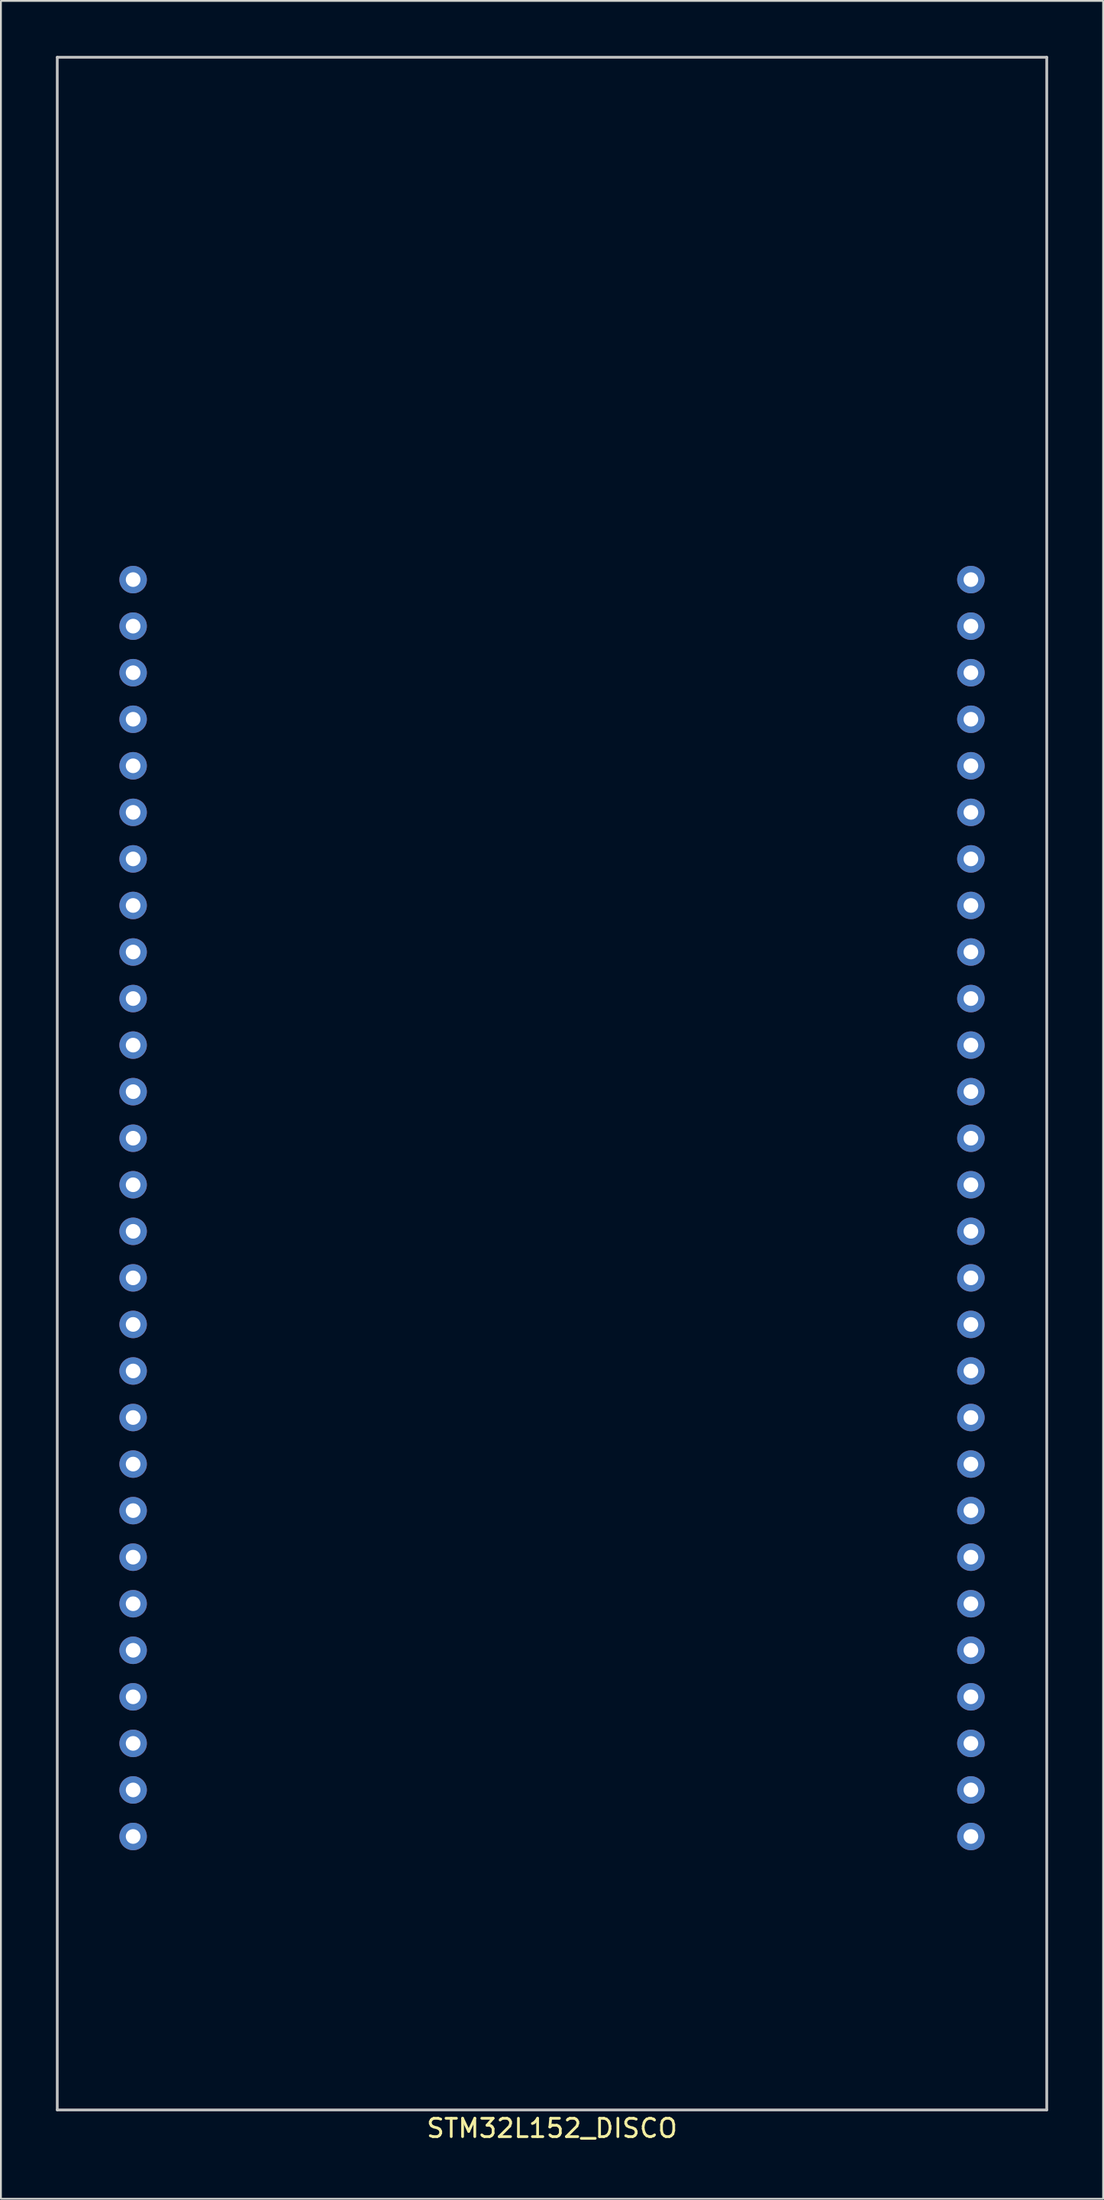
<source format=kicad_pcb>
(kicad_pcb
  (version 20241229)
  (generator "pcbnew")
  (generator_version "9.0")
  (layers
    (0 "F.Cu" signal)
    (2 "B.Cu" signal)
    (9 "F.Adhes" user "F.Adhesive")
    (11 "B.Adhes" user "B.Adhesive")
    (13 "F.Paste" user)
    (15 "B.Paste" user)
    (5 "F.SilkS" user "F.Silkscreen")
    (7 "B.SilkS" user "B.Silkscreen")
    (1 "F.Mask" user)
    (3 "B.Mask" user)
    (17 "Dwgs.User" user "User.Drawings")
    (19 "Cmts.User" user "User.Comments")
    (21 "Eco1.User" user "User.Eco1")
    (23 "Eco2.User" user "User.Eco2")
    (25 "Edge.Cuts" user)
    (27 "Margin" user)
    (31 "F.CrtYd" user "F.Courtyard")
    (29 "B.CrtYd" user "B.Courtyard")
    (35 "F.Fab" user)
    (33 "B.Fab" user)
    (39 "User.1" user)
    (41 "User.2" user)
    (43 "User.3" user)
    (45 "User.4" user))
  (footprint "STM32L152_DISCO"
    (layer "F.Cu")
    (at 27.075 56.075)
    (property "Reference" "STM32L152_DISCO" (at 0 57 0) (layer "F.SilkS") (effects (font (size 1 1) (thickness 0.15))))
    (attr through_hole)
    (fp_line (start -27 56) (end -27 -56) (stroke (width 0.15) (type solid)) (layer "Dwgs.User"))
    (fp_line (start 27 -56) (end -27 -56) (stroke (width 0.15) (type solid)) (layer "Dwgs.User"))
    (fp_line (start 27 56) (end -27 56) (stroke (width 0.15) (type solid)) (layer "Dwgs.User"))
    (fp_line (start 27 56) (end 27 -56) (stroke (width 0.15) (type solid)) (layer "Dwgs.User"))
    (pad "1A" thru_hole circle (at -22.86 -27.5) (size 1.5 1.5) (drill 0.8) (layers "*.Cu" "*.Mask"))
    (pad "1B" thru_hole circle (at 22.86 -27.5) (size 1.5 1.5) (drill 0.8) (layers "*.Cu" "*.Mask"))
    (pad "2A" thru_hole circle (at -22.86 -24.96) (size 1.5 1.5) (drill 0.8) (layers "*.Cu" "*.Mask"))
    (pad "2B" thru_hole circle (at 22.86 -24.96) (size 1.5 1.5) (drill 0.8) (layers "*.Cu" "*.Mask"))
    (pad "3A" thru_hole circle (at -22.86 -22.42) (size 1.5 1.5) (drill 0.8) (layers "*.Cu" "*.Mask"))
    (pad "3B" thru_hole circle (at 22.86 -22.42) (size 1.5 1.5) (drill 0.8) (layers "*.Cu" "*.Mask"))
    (pad "4A" thru_hole circle (at -22.86 -19.88) (size 1.5 1.5) (drill 0.8) (layers "*.Cu" "*.Mask"))
    (pad "4B" thru_hole circle (at 22.86 -19.88) (size 1.5 1.5) (drill 0.8) (layers "*.Cu" "*.Mask"))
    (pad "5A" thru_hole circle (at -22.86 -17.34) (size 1.5 1.5) (drill 0.8) (layers "*.Cu" "*.Mask"))
    (pad "5B" thru_hole circle (at 22.86 -17.34) (size 1.5 1.5) (drill 0.8) (layers "*.Cu" "*.Mask"))
    (pad "6A" thru_hole circle (at -22.86 -14.8) (size 1.5 1.5) (drill 0.8) (layers "*.Cu" "*.Mask"))
    (pad "6B" thru_hole circle (at 22.86 -14.8) (size 1.5 1.5) (drill 0.8) (layers "*.Cu" "*.Mask"))
    (pad "7A" thru_hole circle (at -22.86 -12.26) (size 1.5 1.5) (drill 0.8) (layers "*.Cu" "*.Mask"))
    (pad "7B" thru_hole circle (at 22.86 -12.26) (size 1.5 1.5) (drill 0.8) (layers "*.Cu" "*.Mask"))
    (pad "8A" thru_hole circle (at -22.86 -9.72) (size 1.5 1.5) (drill 0.8) (layers "*.Cu" "*.Mask"))
    (pad "8B" thru_hole circle (at 22.86 -9.72) (size 1.5 1.5) (drill 0.8) (layers "*.Cu" "*.Mask"))
    (pad "9A" thru_hole circle (at -22.86 -7.18) (size 1.5 1.5) (drill 0.8) (layers "*.Cu" "*.Mask"))
    (pad "9B" thru_hole circle (at 22.86 -7.18) (size 1.5 1.5) (drill 0.8) (layers "*.Cu" "*.Mask"))
    (pad "10A" thru_hole circle (at -22.86 -4.64) (size 1.5 1.5) (drill 0.8) (layers "*.Cu" "*.Mask"))
    (pad "10B" thru_hole circle (at 22.86 -4.64) (size 1.5 1.5) (drill 0.8) (layers "*.Cu" "*.Mask"))
    (pad "11A" thru_hole circle (at -22.86 -2.1) (size 1.5 1.5) (drill 0.8) (layers "*.Cu" "*.Mask"))
    (pad "11B" thru_hole circle (at 22.86 -2.1) (size 1.5 1.5) (drill 0.8) (layers "*.Cu" "*.Mask"))
    (pad "12A" thru_hole circle (at -22.86 0.44) (size 1.5 1.5) (drill 0.8) (layers "*.Cu" "*.Mask"))
    (pad "12B" thru_hole circle (at 22.86 0.44) (size 1.5 1.5) (drill 0.8) (layers "*.Cu" "*.Mask"))
    (pad "13A" thru_hole circle (at -22.86 2.98) (size 1.5 1.5) (drill 0.8) (layers "*.Cu" "*.Mask"))
    (pad "13B" thru_hole circle (at 22.86 2.98) (size 1.5 1.5) (drill 0.8) (layers "*.Cu" "*.Mask"))
    (pad "14A" thru_hole circle (at -22.86 5.52) (size 1.5 1.5) (drill 0.8) (layers "*.Cu" "*.Mask"))
    (pad "14B" thru_hole circle (at 22.86 5.52) (size 1.5 1.5) (drill 0.8) (layers "*.Cu" "*.Mask"))
    (pad "15A" thru_hole circle (at -22.86 8.06) (size 1.5 1.5) (drill 0.8) (layers "*.Cu" "*.Mask"))
    (pad "15B" thru_hole circle (at 22.86 8.06) (size 1.5 1.5) (drill 0.8) (layers "*.Cu" "*.Mask"))
    (pad "16A" thru_hole circle (at -22.86 10.6) (size 1.5 1.5) (drill 0.8) (layers "*.Cu" "*.Mask"))
    (pad "16B" thru_hole circle (at 22.86 10.6) (size 1.5 1.5) (drill 0.8) (layers "*.Cu" "*.Mask"))
    (pad "17A" thru_hole circle (at -22.86 13.14) (size 1.5 1.5) (drill 0.8) (layers "*.Cu" "*.Mask"))
    (pad "17B" thru_hole circle (at 22.86 13.14) (size 1.5 1.5) (drill 0.8) (layers "*.Cu" "*.Mask"))
    (pad "18A" thru_hole circle (at -22.86 15.68) (size 1.5 1.5) (drill 0.8) (layers "*.Cu" "*.Mask"))
    (pad "18B" thru_hole circle (at 22.86 15.68) (size 1.5 1.5) (drill 0.8) (layers "*.Cu" "*.Mask"))
    (pad "19A" thru_hole circle (at -22.86 18.22) (size 1.5 1.5) (drill 0.8) (layers "*.Cu" "*.Mask"))
    (pad "19B" thru_hole circle (at 22.86 18.22) (size 1.5 1.5) (drill 0.8) (layers "*.Cu" "*.Mask"))
    (pad "20A" thru_hole circle (at -22.86 20.76) (size 1.5 1.5) (drill 0.8) (layers "*.Cu" "*.Mask"))
    (pad "20B" thru_hole circle (at 22.86 20.76) (size 1.5 1.5) (drill 0.8) (layers "*.Cu" "*.Mask"))
    (pad "21A" thru_hole circle (at -22.86 23.3) (size 1.5 1.5) (drill 0.8) (layers "*.Cu" "*.Mask"))
    (pad "21B" thru_hole circle (at 22.86 23.3) (size 1.5 1.5) (drill 0.8) (layers "*.Cu" "*.Mask"))
    (pad "22A" thru_hole circle (at -22.86 25.84) (size 1.5 1.5) (drill 0.8) (layers "*.Cu" "*.Mask"))
    (pad "22B" thru_hole circle (at 22.86 25.84) (size 1.5 1.5) (drill 0.8) (layers "*.Cu" "*.Mask"))
    (pad "23A" thru_hole circle (at -22.86 28.38) (size 1.5 1.5) (drill 0.8) (layers "*.Cu" "*.Mask"))
    (pad "23B" thru_hole circle (at 22.86 28.38) (size 1.5 1.5) (drill 0.8) (layers "*.Cu" "*.Mask"))
    (pad "24A" thru_hole circle (at -22.86 30.92) (size 1.5 1.5) (drill 0.8) (layers "*.Cu" "*.Mask"))
    (pad "24B" thru_hole circle (at 22.86 30.92) (size 1.5 1.5) (drill 0.8) (layers "*.Cu" "*.Mask"))
    (pad "25A" thru_hole circle (at -22.86 33.46) (size 1.5 1.5) (drill 0.8) (layers "*.Cu" "*.Mask"))
    (pad "25B" thru_hole circle (at 22.86 33.46) (size 1.5 1.5) (drill 0.8) (layers "*.Cu" "*.Mask"))
    (pad "26A" thru_hole circle (at -22.86 36) (size 1.5 1.5) (drill 0.8) (layers "*.Cu" "*.Mask"))
    (pad "26B" thru_hole circle (at 22.86 36) (size 1.5 1.5) (drill 0.8) (layers "*.Cu" "*.Mask"))
    (pad "27A" thru_hole circle (at -22.86 38.54) (size 1.5 1.5) (drill 0.8) (layers "*.Cu" "*.Mask"))
    (pad "27B" thru_hole circle (at 22.86 38.54) (size 1.5 1.5) (drill 0.8) (layers "*.Cu" "*.Mask"))
    (pad "28A" thru_hole circle (at -22.86 41.08) (size 1.5 1.5) (drill 0.8) (layers "*.Cu" "*.Mask"))
    (pad "28B" thru_hole circle (at 22.86 41.08) (size 1.5 1.5) (drill 0.8) (layers "*.Cu" "*.Mask")))
  (gr_rect
    (start -3 -3)
    (end 57.15 116.923)
    (stroke (width 0.1) (type default))
    (fill no)
    (layer "Edge.Cuts")))
</source>
